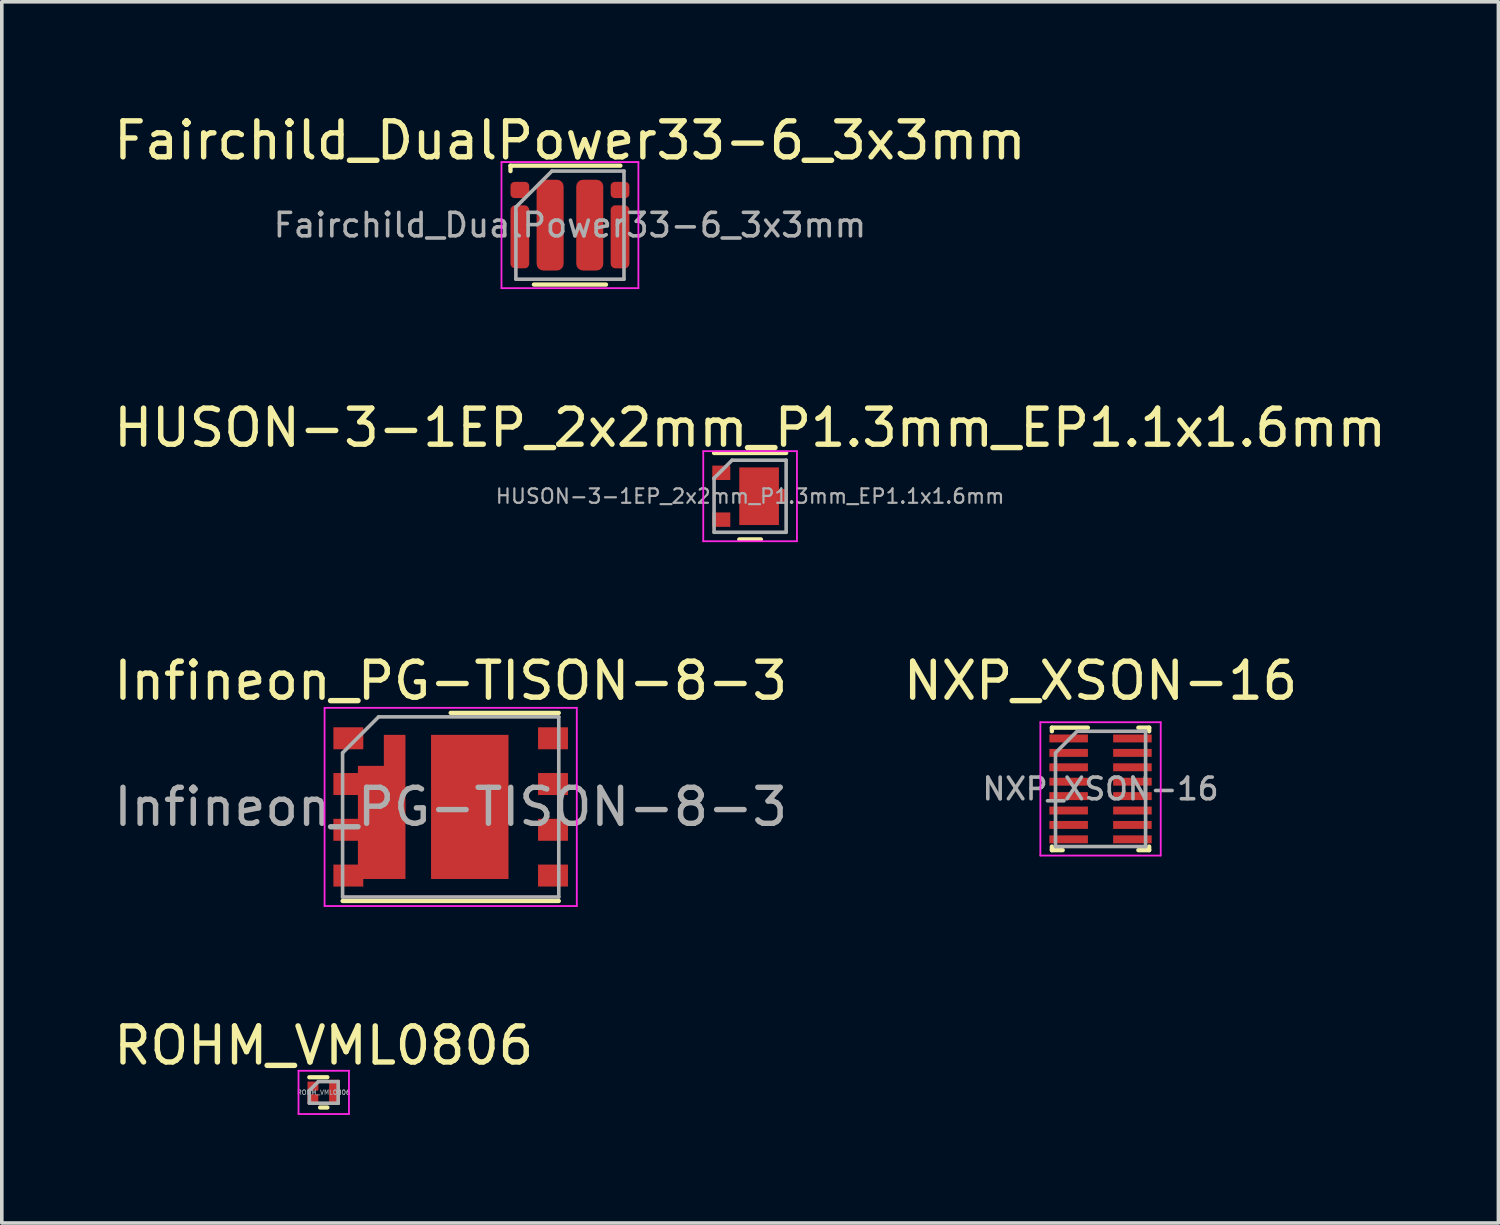
<source format=kicad_pcb>
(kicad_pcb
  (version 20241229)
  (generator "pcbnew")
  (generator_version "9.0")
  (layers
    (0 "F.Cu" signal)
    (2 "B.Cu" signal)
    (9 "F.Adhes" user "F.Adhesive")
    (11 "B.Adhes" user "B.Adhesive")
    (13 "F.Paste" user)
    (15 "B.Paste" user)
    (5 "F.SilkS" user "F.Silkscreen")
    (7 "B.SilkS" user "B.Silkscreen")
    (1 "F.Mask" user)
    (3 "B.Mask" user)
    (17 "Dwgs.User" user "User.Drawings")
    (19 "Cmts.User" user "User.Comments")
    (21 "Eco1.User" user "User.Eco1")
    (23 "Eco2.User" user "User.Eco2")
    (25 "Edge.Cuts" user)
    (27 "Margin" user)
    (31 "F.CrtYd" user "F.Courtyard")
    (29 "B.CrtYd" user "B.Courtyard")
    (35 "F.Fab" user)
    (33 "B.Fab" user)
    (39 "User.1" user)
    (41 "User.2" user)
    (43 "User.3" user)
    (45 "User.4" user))
  (footprint "ROHM_VML0806"
    (layer "F.Cu")
    (at 5.935 27.268)
    (property "Reference" "ROHM_VML0806" (at 0 -1.3 0) (layer "F.SilkS") (effects (font (size 1 1) (thickness 0.15))))
    (attr smd)
    (fp_line (start 0.1 -0.42) (end -0.4 -0.42) (stroke (width 0.12) (type solid)) (layer "F.SilkS"))
    (fp_line (start 0.1 0.42) (end -0.1 0.42) (stroke (width 0.12) (type solid)) (layer "F.SilkS"))
    (fp_line (start -0.7 -0.6) (end 0.7 -0.6) (stroke (width 0.05) (type solid)) (layer "F.CrtYd"))
    (fp_line (start -0.7 0.6) (end -0.7 -0.6) (stroke (width 0.05) (type solid)) (layer "F.CrtYd"))
    (fp_line (start 0.7 -0.6) (end 0.7 0.6) (stroke (width 0.05) (type solid)) (layer "F.CrtYd"))
    (fp_line (start 0.7 0.6) (end -0.7 0.6) (stroke (width 0.05) (type solid)) (layer "F.CrtYd"))
    (fp_line (start -0.4 0.3) (end -0.4 -0.05) (stroke (width 0.1) (type solid)) (layer "F.Fab"))
    (fp_line (start -0.15 -0.3) (end -0.4 -0.05) (stroke (width 0.1) (type solid)) (layer "F.Fab"))
    (fp_line (start -0.15 -0.3) (end 0.4 -0.3) (stroke (width 0.1) (type solid)) (layer "F.Fab"))
    (fp_line (start 0.4 -0.3) (end 0.4 0.3) (stroke (width 0.1) (type solid)) (layer "F.Fab"))
    (fp_line (start 0.4 0.3) (end -0.4 0.3) (stroke (width 0.1) (type solid)) (layer "F.Fab"))
    (fp_text user "${REFERENCE}" (at 0 0 0) (layer "F.Fab") (effects (font (size 0.127 0.127) (thickness 0.02))))
    (pad "1" smd rect (at -0.3 -0.175) (size 0.3 0.25) (layers "F.Cu" "F.Mask" "F.Paste"))
    (pad "2" smd rect (at -0.3 0.175) (size 0.3 0.25) (layers "F.Cu" "F.Mask" "F.Paste"))
    (pad "3" smd rect (at 0.3 0) (size 0.3 0.7) (layers "F.Cu" "F.Mask" "F.Paste")))
  (footprint "HUSON-3-1EP_2x2mm_P1.3mm_EP1.1x1.6mm"
    (layer "F.Cu")
    (at 17.768 10.722)
    (property "Reference" "HUSON-3-1EP_2x2mm_P1.3mm_EP1.1x1.6mm" (at 0 -1.9 0) (layer "F.SilkS") (effects (font (size 1 1) (thickness 0.15))))
    (attr smd)
    (fp_line (start -0.3 1.2) (end 0.3 1.2) (stroke (width 0.12) (type solid)) (layer "F.SilkS"))
    (fp_line (start 1 -1.2) (end -1 -1.2) (stroke (width 0.12) (type solid)) (layer "F.SilkS"))
    (fp_line (start -1.3 -1.25) (end 1.3 -1.25) (stroke (width 0.05) (type solid)) (layer "F.CrtYd"))
    (fp_line (start -1.3 1.25) (end -1.3 -1.25) (stroke (width 0.05) (type solid)) (layer "F.CrtYd"))
    (fp_line (start 1.3 -1.25) (end 1.3 1.25) (stroke (width 0.05) (type solid)) (layer "F.CrtYd"))
    (fp_line (start 1.3 1.25) (end -1.3 1.25) (stroke (width 0.05) (type solid)) (layer "F.CrtYd"))
    (fp_line (start -1 -0.5) (end -0.5 -1) (stroke (width 0.1) (type solid)) (layer "F.Fab"))
    (fp_line (start -1 1) (end -1 -0.5) (stroke (width 0.1) (type solid)) (layer "F.Fab"))
    (fp_line (start -0.5 -1) (end 1 -1) (stroke (width 0.1) (type solid)) (layer "F.Fab"))
    (fp_line (start 1 -1) (end 1 1) (stroke (width 0.1) (type solid)) (layer "F.Fab"))
    (fp_line (start 1 1) (end -1 1) (stroke (width 0.1) (type solid)) (layer "F.Fab"))
    (fp_text user "${REFERENCE}" (at 0 0 0) (layer "F.Fab") (effects (font (size 0.4 0.4) (thickness 0.06))))
    (pad "1" smd rect (at -0.8 -0.65) (size 0.5 0.4) (layers "F.Cu" "F.Mask" "F.Paste"))
    (pad "2" smd rect (at -0.8 0.65) (size 0.5 0.4) (layers "F.Cu" "F.Mask" "F.Paste"))
    (pad "3" smd rect (at 0.25 0) (size 1.1 1.6) (layers "F.Cu" "F.Mask" "F.Paste"))
    (pad "3" smd rect (at 0.925 0) (size 0.25 0.4) (layers "F.Cu" "F.Mask" "F.Paste")))
  (footprint "Fairchild_DualPower33-6_3x3mm"
    (layer "F.Cu")
    (at 12.768 3.198)
    (property "Reference" "Fairchild_DualPower33-6_3x3mm" (at 0 -2.35 0) (layer "F.SilkS") (effects (font (size 1 1) (thickness 0.15))))
    (attr smd)
    (fp_line (start -1.65 -1.65) (end -1.65 -1.5) (stroke (width 0.12) (type solid)) (layer "F.SilkS"))
    (fp_line (start -1 1.65) (end 1 1.65) (stroke (width 0.12) (type solid)) (layer "F.SilkS"))
    (fp_line (start 1.4 -1.65) (end -1.65 -1.65) (stroke (width 0.12) (type solid)) (layer "F.SilkS"))
    (fp_line (start -1.9 -1.75) (end 1.9 -1.75) (stroke (width 0.05) (type solid)) (layer "F.CrtYd"))
    (fp_line (start -1.9 1.75) (end -1.9 -1.75) (stroke (width 0.05) (type solid)) (layer "F.CrtYd"))
    (fp_line (start 1.9 -1.75) (end 1.9 1.75) (stroke (width 0.05) (type solid)) (layer "F.CrtYd"))
    (fp_line (start 1.9 1.75) (end -1.9 1.75) (stroke (width 0.05) (type solid)) (layer "F.CrtYd"))
    (fp_line (start -1.5 -0.5) (end -0.5 -1.5) (stroke (width 0.1) (type solid)) (layer "F.Fab"))
    (fp_line (start -1.5 1.5) (end -1.5 -0.5) (stroke (width 0.1) (type solid)) (layer "F.Fab"))
    (fp_line (start -0.5 -1.5) (end 1.5 -1.5) (stroke (width 0.1) (type solid)) (layer "F.Fab"))
    (fp_line (start 1.5 -1.5) (end 1.5 1.5) (stroke (width 0.1) (type solid)) (layer "F.Fab"))
    (fp_line (start 1.5 1.5) (end -1.5 1.5) (stroke (width 0.1) (type solid)) (layer "F.Fab"))
    (fp_text user "${REFERENCE}" (at 0 0 0) (layer "F.Fab") (effects (font (size 0.65 0.65) (thickness 0.1))))
    (pad "" smd roundrect (at -1.39 -0.975) (size 0.35 0.35) (layers "F.Mask" "F.Paste") (roundrect_rratio 0.25))
    (pad "" smd roundrect (at -1.39 -0.325) (size 0.35 0.35) (layers "F.Mask" "F.Paste") (roundrect_rratio 0.25))
    (pad "" smd roundrect (at -1.39 0.325) (size 0.35 0.35) (layers "F.Mask" "F.Paste") (roundrect_rratio 0.25))
    (pad "" smd roundrect (at -1.39 0.975) (size 0.35 0.35) (layers "F.Mask" "F.Paste") (roundrect_rratio 0.25))
    (pad "" smd roundrect (at -0.55 -0.5) (size 0.65 0.8) (layers "F.Mask" "F.Paste") (roundrect_rratio 0.25))
    (pad "" smd roundrect (at -0.55 0.5) (size 0.65 0.8) (layers "F.Mask" "F.Paste") (roundrect_rratio 0.25))
    (pad "" smd roundrect (at 0.55 -0.5) (size 0.65 0.8) (layers "F.Mask" "F.Paste") (roundrect_rratio 0.25))
    (pad "" smd roundrect (at 0.55 0.5) (size 0.65 0.8) (layers "F.Mask" "F.Paste") (roundrect_rratio 0.25))
    (pad "" smd roundrect (at 1.39 -0.975) (size 0.35 0.35) (layers "F.Mask" "F.Paste") (roundrect_rratio 0.25))
    (pad "" smd roundrect (at 1.39 -0.325) (size 0.35 0.35) (layers "F.Mask" "F.Paste") (roundrect_rratio 0.25))
    (pad "" smd roundrect (at 1.39 0.325) (size 0.35 0.35) (layers "F.Mask" "F.Paste") (roundrect_rratio 0.25))
    (pad "" smd roundrect (at 1.39 0.975) (size 0.35 0.35) (layers "F.Mask" "F.Paste") (roundrect_rratio 0.25))
    (pad "1" smd roundrect (at -1.39 -0.975) (size 0.52 0.45) (layers "F.Cu" "F.Mask") (roundrect_rratio 0.25))
    (pad "2" smd roundrect (at -1.39 0.325) (size 0.52 1.75) (layers "F.Cu" "F.Mask") (roundrect_rratio 0.25))
    (pad "3" smd roundrect (at 1.39 0.325) (size 0.52 1.75) (layers "F.Cu" "F.Mask") (roundrect_rratio 0.25))
    (pad "4" smd roundrect (at 1.39 -0.975) (size 0.52 0.45) (layers "F.Cu" "F.Mask") (roundrect_rratio 0.25))
    (pad "5" smd roundrect (at -0.55 0) (size 0.75 2.52) (layers "F.Cu" "F.Mask") (roundrect_rratio 0.25))
    (pad "6" smd roundrect (at 0.55 0) (size 0.75 2.52) (layers "F.Cu" "F.Mask") (roundrect_rratio 0.25)))
  (footprint "Infineon_PG-TISON-8-3"
    (layer "F.Cu")
    (at 9.458 19.345)
    (property "Reference" "Infineon_PG-TISON-8-3" (at 0 -3.5 0) (layer "F.SilkS") (effects (font (size 1 1) (thickness 0.15))))
    (attr smd)
    (fp_line (start 3 -2.61) (end 0 -2.61) (stroke (width 0.12) (type solid)) (layer "F.SilkS"))
    (fp_line (start 3 2.61) (end -3 2.61) (stroke (width 0.12) (type solid)) (layer "F.SilkS"))
    (fp_line (start -3.5 -2.75) (end 3.5 -2.75) (stroke (width 0.05) (type solid)) (layer "F.CrtYd"))
    (fp_line (start -3.5 2.75) (end -3.5 -2.75) (stroke (width 0.05) (type solid)) (layer "F.CrtYd"))
    (fp_line (start 3.5 -2.75) (end 3.5 2.75) (stroke (width 0.05) (type solid)) (layer "F.CrtYd"))
    (fp_line (start 3.5 2.75) (end -3.5 2.75) (stroke (width 0.05) (type solid)) (layer "F.CrtYd"))
    (fp_line (start -3 -1.5) (end -3 2.5) (stroke (width 0.1) (type solid)) (layer "F.Fab"))
    (fp_line (start -2 -2.5) (end -3 -1.5) (stroke (width 0.1) (type solid)) (layer "F.Fab"))
    (fp_line (start -2 -2.5) (end 3 -2.5) (stroke (width 0.1) (type solid)) (layer "F.Fab"))
    (fp_line (start 3 -2.5) (end 3 2.5) (stroke (width 0.1) (type solid)) (layer "F.Fab"))
    (fp_line (start 3 2.5) (end -3 2.5) (stroke (width 0.1) (type solid)) (layer "F.Fab"))
    (fp_text user "${REFERENCE}" (at 0 0 0) (layer "F.Fab") (effects (font (size 1 1) (thickness 0.15))))
    (pad "" smd rect (at -2.84 -0.635) (size 0.73 0.51) (layers "F.Paste"))
    (pad "" smd rect (at -2.84 0.635) (size 0.73 0.51) (layers "F.Paste"))
    (pad "" smd rect (at -2.84 1.905) (size 0.73 0.51) (layers "F.Paste"))
    (pad "" smd rect (at -1.82 -0.64) (size 0.9 0.5) (layers "F.Paste"))
    (pad "" smd rect (at -1.82 0.06) (size 0.9 0.5) (layers "F.Paste"))
    (pad "" smd rect (at -1.82 0.76) (size 0.9 0.5) (layers "F.Paste"))
    (pad "" smd rect (at -1.82 1.46) (size 0.9 0.5) (layers "F.Paste"))
    (pad "" smd rect (at -1.545 -1.6) (size 0.35 0.6) (layers "F.Paste"))
    (pad "" smd rect (at 0 -1.425) (size 0.75 0.75) (layers "F.Paste"))
    (pad "" smd rect (at 0 -0.475) (size 0.75 0.75) (layers "F.Paste"))
    (pad "" smd rect (at 0 0.475) (size 0.75 0.75) (layers "F.Paste"))
    (pad "" smd rect (at 0 1.425) (size 0.75 0.75) (layers "F.Paste"))
    (pad "" smd rect (at 1.025 -1.425) (size 0.75 0.75) (layers "F.Paste"))
    (pad "" smd rect (at 1.025 -0.475) (size 0.75 0.75) (layers "F.Paste"))
    (pad "" smd rect (at 1.025 0.475) (size 0.75 0.75) (layers "F.Paste"))
    (pad "" smd rect (at 1.025 1.425) (size 0.75 0.75) (layers "F.Paste"))
    (pad "1" smd rect (at -2.84 -1.905) (size 0.83 0.61) (layers "F.Cu" "F.Mask" "F.Paste"))
    (pad "2" smd custom (at -1.555 0) (size 0.6 4) (layers "F.Cu" "F.Mask") (options (anchor rect)) (primitives (gr_poly (pts (xy -0.3 2) (xy -0.87 2) (xy -0.87 2.21) (xy -1.7 2.21) (xy -1.7 1.6) (xy -1.02 1.6) (xy -1.02 0.94) (xy -1.7 0.94) (xy -1.7 0.33) (xy -1.02 0.33) (xy -1.02 -0.33) (xy -1.7 -0.33) (xy -1.7 -0.94) (xy -1.02 -0.94) (xy -1.02 -1.14) (xy -0.3 -1.14)) (width 0) (fill yes))))
    (pad "3" smd rect (at 2.84 1.905) (size 0.83 0.61) (layers "F.Cu" "F.Mask" "F.Paste"))
    (pad "4" smd rect (at 2.84 0.635) (size 0.83 0.61) (layers "F.Cu" "F.Mask" "F.Paste"))
    (pad "5" smd rect (at 2.84 -0.635) (size 0.83 0.61) (layers "F.Cu" "F.Mask" "F.Paste"))
    (pad "6" smd rect (at 2.84 -1.905) (size 0.83 0.61) (layers "F.Cu" "F.Mask" "F.Paste"))
    (pad "7" smd rect (at 0.53 0) (size 2.15 4) (layers "F.Cu" "F.Mask")))
  (footprint "NXP_XSON-16"
    (layer "F.Cu")
    (at 27.494 18.845)
    (property "Reference" "NXP_XSON-16" (at 0 -3 0) (layer "F.SilkS") (effects (font (size 1 1) (thickness 0.15))))
    (attr smd)
    (fp_line (start -1.35 -1.7) (end -1.35 -1.6) (stroke (width 0.12) (type solid)) (layer "F.SilkS"))
    (fp_line (start -1.35 -1.7) (end -0.35 -1.7) (stroke (width 0.12) (type solid)) (layer "F.SilkS"))
    (fp_line (start -1.35 1.6) (end -1.35 1.7) (stroke (width 0.12) (type solid)) (layer "F.SilkS"))
    (fp_line (start -1.35 1.7) (end -1.05 1.7) (stroke (width 0.12) (type solid)) (layer "F.SilkS"))
    (fp_line (start 1.35 -1.7) (end 1.05 -1.7) (stroke (width 0.12) (type solid)) (layer "F.SilkS"))
    (fp_line (start 1.35 -1.7) (end 1.35 -1.6) (stroke (width 0.12) (type solid)) (layer "F.SilkS"))
    (fp_line (start 1.35 1.6) (end 1.35 1.7) (stroke (width 0.12) (type solid)) (layer "F.SilkS"))
    (fp_line (start 1.35 1.7) (end 1.05 1.7) (stroke (width 0.12) (type solid)) (layer "F.SilkS"))
    (fp_line (start -1.67 -1.85) (end -1.67 1.85) (stroke (width 0.05) (type solid)) (layer "F.CrtYd"))
    (fp_line (start -1.67 -1.85) (end 1.67 -1.85) (stroke (width 0.05) (type solid)) (layer "F.CrtYd"))
    (fp_line (start 1.67 1.85) (end -1.67 1.85) (stroke (width 0.05) (type solid)) (layer "F.CrtYd"))
    (fp_line (start 1.67 1.85) (end 1.67 -1.85) (stroke (width 0.05) (type solid)) (layer "F.CrtYd"))
    (fp_line (start -1.25 -0.975) (end -1.25 1.6) (stroke (width 0.1) (type solid)) (layer "F.Fab"))
    (fp_line (start -1.25 1.6) (end 1.25 1.6) (stroke (width 0.1) (type solid)) (layer "F.Fab"))
    (fp_line (start -0.65 -1.6) (end -1.25 -1) (stroke (width 0.1) (type solid)) (layer "F.Fab"))
    (fp_line (start -0.625 -1.6) (end 1.25 -1.6) (stroke (width 0.1) (type solid)) (layer "F.Fab"))
    (fp_line (start 1.25 -1.6) (end 1.25 1.6) (stroke (width 0.1) (type solid)) (layer "F.Fab"))
    (fp_text user "${REFERENCE}" (at 0 0 0) (layer "F.Fab") (effects (font (size 0.6 0.6) (thickness 0.1))))
    (pad "1" smd rect (at -0.885 -1.4) (size 1.07 0.22) (layers "F.Cu" "F.Mask" "F.Paste"))
    (pad "2" smd rect (at -0.885 -1) (size 1.07 0.22) (layers "F.Cu" "F.Mask" "F.Paste"))
    (pad "3" smd rect (at -0.885 -0.6) (size 1.07 0.22) (layers "F.Cu" "F.Mask" "F.Paste"))
    (pad "4" smd rect (at -0.885 -0.2) (size 1.07 0.22) (layers "F.Cu" "F.Mask" "F.Paste"))
    (pad "5" smd rect (at -0.885 0.2) (size 1.07 0.22) (layers "F.Cu" "F.Mask" "F.Paste"))
    (pad "6" smd rect (at -0.885 0.6) (size 1.07 0.22) (layers "F.Cu" "F.Mask" "F.Paste"))
    (pad "7" smd rect (at -0.885 1) (size 1.07 0.22) (layers "F.Cu" "F.Mask" "F.Paste"))
    (pad "8" smd rect (at -0.885 1.4) (size 1.07 0.22) (layers "F.Cu" "F.Mask" "F.Paste"))
    (pad "9" smd rect (at 0.885 1.4) (size 1.07 0.22) (layers "F.Cu" "F.Mask" "F.Paste"))
    (pad "10" smd rect (at 0.885 1) (size 1.07 0.22) (layers "F.Cu" "F.Mask" "F.Paste"))
    (pad "11" smd rect (at 0.885 0.6) (size 1.07 0.22) (layers "F.Cu" "F.Mask" "F.Paste"))
    (pad "12" smd rect (at 0.885 0.2) (size 1.07 0.22) (layers "F.Cu" "F.Mask" "F.Paste"))
    (pad "13" smd rect (at 0.885 -0.2) (size 1.07 0.22) (layers "F.Cu" "F.Mask" "F.Paste"))
    (pad "14" smd rect (at 0.885 -0.6) (size 1.07 0.22) (layers "F.Cu" "F.Mask" "F.Paste"))
    (pad "15" smd rect (at 0.885 -1) (size 1.07 0.22) (layers "F.Cu" "F.Mask" "F.Paste"))
    (pad "16" smd rect (at 0.885 -1.4) (size 1.07 0.22) (layers "F.Cu" "F.Mask" "F.Paste")))
  (gr_rect
    (start -3 -3)
    (end 38.536 30.893)
    (stroke (width 0.1) (type default))
    (fill no)
    (layer "Edge.Cuts")))
</source>
